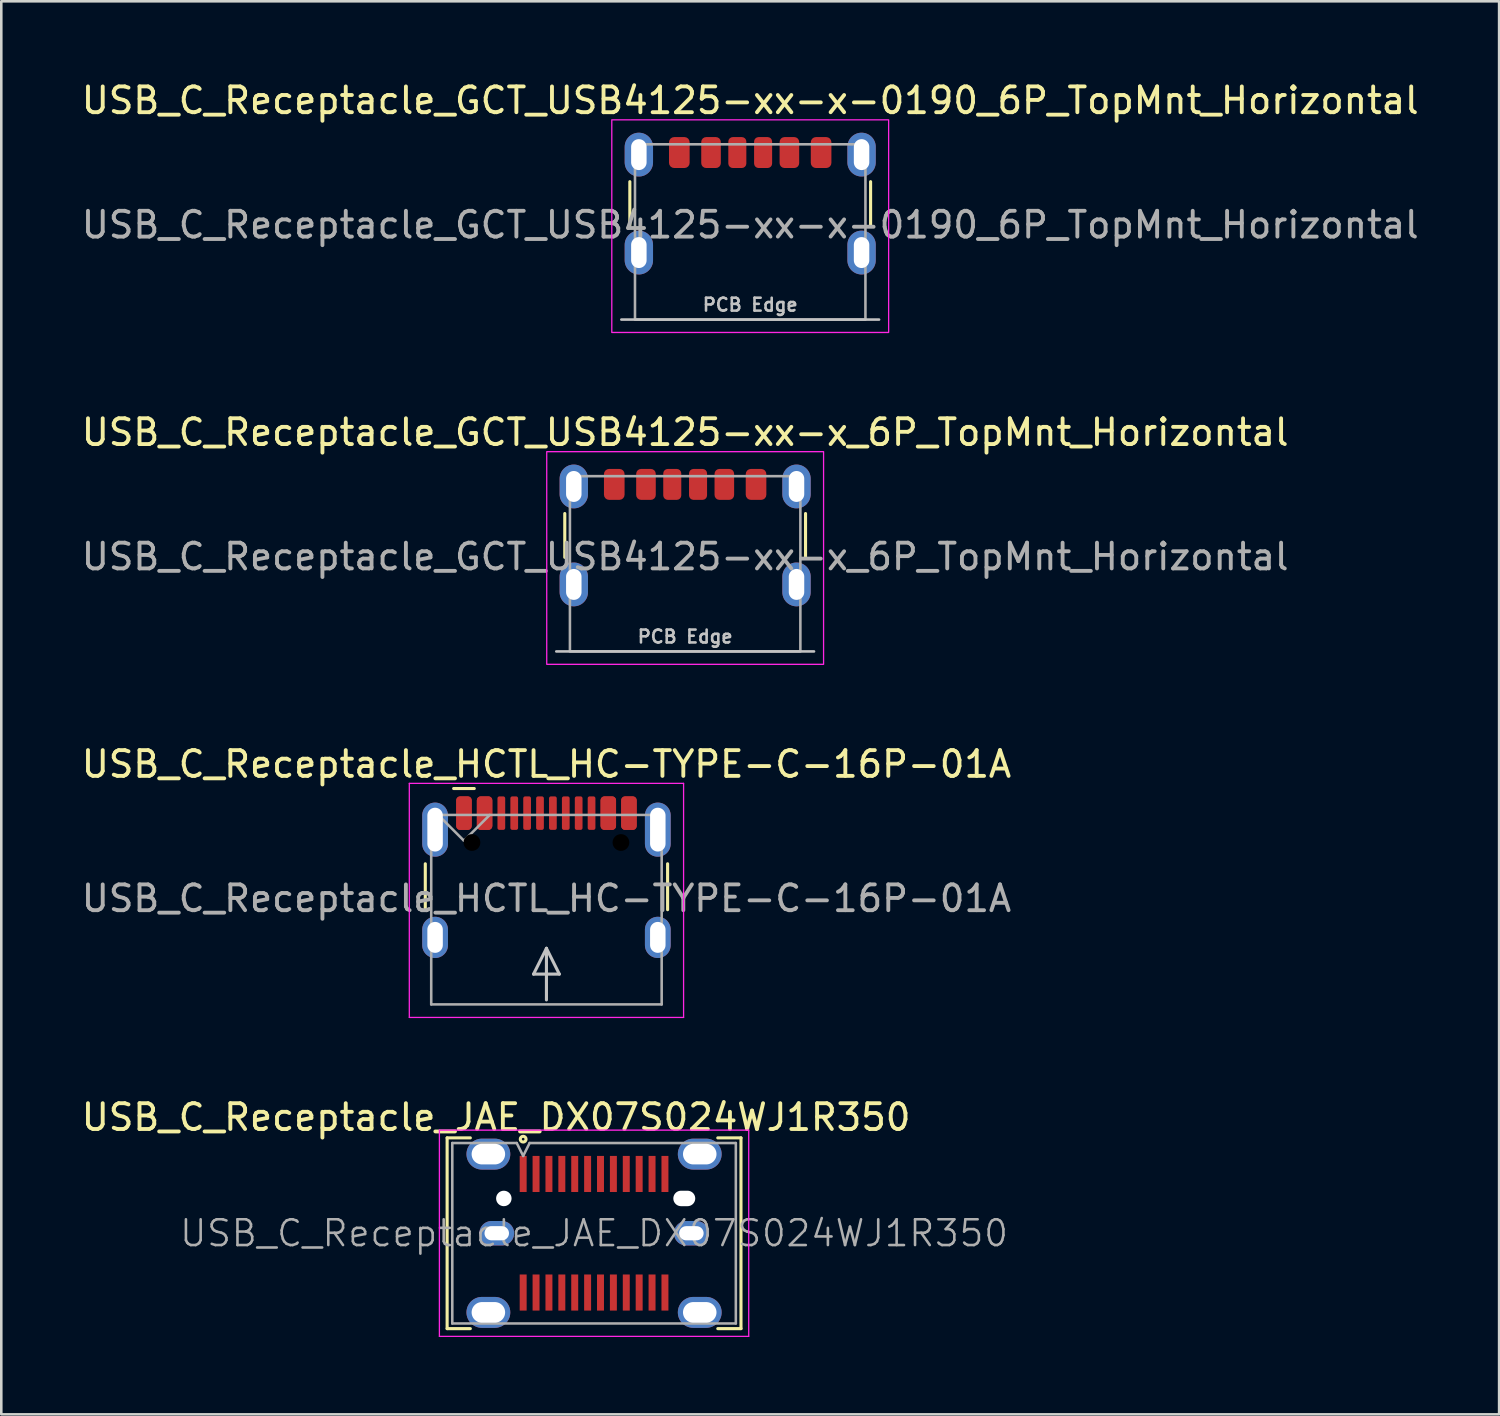
<source format=kicad_pcb>
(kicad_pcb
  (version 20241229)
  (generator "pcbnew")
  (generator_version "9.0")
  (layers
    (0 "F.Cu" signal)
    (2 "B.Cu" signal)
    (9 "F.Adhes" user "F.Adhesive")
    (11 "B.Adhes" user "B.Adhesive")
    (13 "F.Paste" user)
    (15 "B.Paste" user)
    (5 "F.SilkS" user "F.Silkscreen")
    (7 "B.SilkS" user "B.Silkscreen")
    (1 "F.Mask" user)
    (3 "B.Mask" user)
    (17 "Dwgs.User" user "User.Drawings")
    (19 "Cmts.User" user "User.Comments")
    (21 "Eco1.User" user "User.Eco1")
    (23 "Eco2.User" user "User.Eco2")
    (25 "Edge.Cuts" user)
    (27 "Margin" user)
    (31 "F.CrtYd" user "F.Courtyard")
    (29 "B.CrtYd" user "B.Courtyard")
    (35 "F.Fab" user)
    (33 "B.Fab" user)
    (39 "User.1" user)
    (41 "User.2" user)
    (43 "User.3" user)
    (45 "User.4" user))
  (footprint "USB_C_Receptacle_JAE_DX07S024WJ1R350"
    (layer "F.Cu")
    (at 19.996 44.793)
    (property "Reference" "USB_C_Receptacle_JAE_DX07S024WJ1R350" (at -3.8 -4.5 0) (layer "F.SilkS") (effects (font (size 1 1) (thickness 0.15))))
    (attr smd)
    (fp_line (start -5.7 -3.7) (end -5.7 3.7) (stroke (width 0.12) (type solid)) (layer "F.SilkS"))
    (fp_line (start -5.7 -3.7) (end -4.8 -3.7) (stroke (width 0.12) (type solid)) (layer "F.SilkS"))
    (fp_line (start -5.7 3.7) (end -4.8 3.7) (stroke (width 0.12) (type solid)) (layer "F.SilkS"))
    (fp_line (start 4.8 -3.7) (end 5.7 -3.7) (stroke (width 0.12) (type solid)) (layer "F.SilkS"))
    (fp_line (start 4.8 3.7) (end 5.7 3.7) (stroke (width 0.12) (type solid)) (layer "F.SilkS"))
    (fp_line (start 5.7 -3.7) (end 5.7 3.7) (stroke (width 0.12) (type solid)) (layer "F.SilkS"))
    (fp_circle (center -2.75 -3.65) (end -2.638 -3.65) (stroke (width 0.12) (type solid)) (fill no) (layer "F.SilkS"))
    (fp_line (start -6 -4) (end 6 -4) (stroke (width 0.05) (type solid)) (layer "F.CrtYd"))
    (fp_line (start -6 4) (end -6 -4) (stroke (width 0.05) (type solid)) (layer "F.CrtYd"))
    (fp_line (start 6 -4) (end 6 4) (stroke (width 0.05) (type solid)) (layer "F.CrtYd"))
    (fp_line (start 6 4) (end -6 4) (stroke (width 0.05) (type solid)) (layer "F.CrtYd"))
    (fp_line (start -5.5 -3.5) (end -3 -3.5) (stroke (width 0.1) (type solid)) (layer "F.Fab"))
    (fp_line (start -5.5 3.5) (end -5.5 -3.5) (stroke (width 0.1) (type solid)) (layer "F.Fab"))
    (fp_line (start -5.5 3.5) (end 5.5 3.5) (stroke (width 0.1) (type solid)) (layer "F.Fab"))
    (fp_line (start -3 -3.5) (end -2.75 -3) (stroke (width 0.1) (type solid)) (layer "F.Fab"))
    (fp_line (start -2.75 -3) (end -2.5 -3.5) (stroke (width 0.1) (type solid)) (layer "F.Fab"))
    (fp_line (start 5.5 -3.5) (end -2.5 -3.5) (stroke (width 0.1) (type solid)) (layer "F.Fab"))
    (fp_line (start 5.5 3.5) (end 5.5 -3.5) (stroke (width 0.1) (type solid)) (layer "F.Fab"))
    (fp_text user "${REFERENCE}" (at 0 0 0) (layer "F.Fab") (effects (font (size 1 1) (thickness 0.1))))
    (pad "" np_thru_hole circle (at -3.5 -1.35) (size 0.6 0.6) (drill 0.6) (layers "*.Cu" "*.Mask"))
    (pad "" np_thru_hole oval (at 3.5 -1.35) (size 0.85 0.6) (drill oval 0.85 0.6) (layers "*.Cu" "*.Mask"))
    (pad "A1" smd rect (at -2.75 -2.3) (size 0.27 1.4) (layers "F.Cu" "F.Mask" "F.Paste"))
    (pad "A2" smd rect (at -2.25 -2.3) (size 0.27 1.4) (layers "F.Cu" "F.Mask" "F.Paste"))
    (pad "A3" smd rect (at -1.75 -2.3) (size 0.27 1.4) (layers "F.Cu" "F.Mask" "F.Paste"))
    (pad "A4" smd rect (at -1.25 -2.3) (size 0.27 1.4) (layers "F.Cu" "F.Mask" "F.Paste"))
    (pad "A5" smd rect (at -0.75 -2.3) (size 0.27 1.4) (layers "F.Cu" "F.Mask" "F.Paste"))
    (pad "A6" smd rect (at -0.25 -2.3) (size 0.27 1.4) (layers "F.Cu" "F.Mask" "F.Paste"))
    (pad "A7" smd rect (at 0.25 -2.3) (size 0.27 1.4) (layers "F.Cu" "F.Mask" "F.Paste"))
    (pad "A8" smd rect (at 0.75 -2.3) (size 0.27 1.4) (layers "F.Cu" "F.Mask" "F.Paste"))
    (pad "A9" smd rect (at 1.25 -2.3) (size 0.27 1.4) (layers "F.Cu" "F.Mask" "F.Paste"))
    (pad "A10" smd rect (at 1.75 -2.3) (size 0.27 1.4) (layers "F.Cu" "F.Mask" "F.Paste"))
    (pad "A11" smd rect (at 2.25 -2.3) (size 0.27 1.4) (layers "F.Cu" "F.Mask" "F.Paste"))
    (pad "A12" smd rect (at 2.75 -2.3) (size 0.27 1.4) (layers "F.Cu" "F.Mask" "F.Paste"))
    (pad "B1" smd rect (at 2.75 2.3) (size 0.27 1.4) (layers "F.Cu" "F.Mask" "F.Paste"))
    (pad "B2" smd rect (at 2.25 2.3) (size 0.27 1.4) (layers "F.Cu" "F.Mask" "F.Paste"))
    (pad "B3" smd rect (at 1.75 2.3) (size 0.27 1.4) (layers "F.Cu" "F.Mask" "F.Paste"))
    (pad "B4" smd rect (at 1.25 2.3) (size 0.27 1.4) (layers "F.Cu" "F.Mask" "F.Paste"))
    (pad "B5" smd rect (at 0.75 2.3) (size 0.27 1.4) (layers "F.Cu" "F.Mask" "F.Paste"))
    (pad "B6" smd rect (at 0.25 2.3) (size 0.27 1.4) (layers "F.Cu" "F.Mask" "F.Paste"))
    (pad "B7" smd rect (at -0.25 2.3) (size 0.27 1.4) (layers "F.Cu" "F.Mask" "F.Paste"))
    (pad "B8" smd rect (at -0.75 2.3) (size 0.27 1.4) (layers "F.Cu" "F.Mask" "F.Paste"))
    (pad "B9" smd rect (at -1.25 2.3) (size 0.27 1.4) (layers "F.Cu" "F.Mask" "F.Paste"))
    (pad "B10" smd rect (at -1.75 2.3) (size 0.27 1.4) (layers "F.Cu" "F.Mask" "F.Paste"))
    (pad "B11" smd rect (at -2.25 2.3) (size 0.27 1.4) (layers "F.Cu" "F.Mask" "F.Paste"))
    (pad "B12" smd rect (at -2.75 2.3) (size 0.27 1.4) (layers "F.Cu" "F.Mask" "F.Paste"))
    (pad "S1" thru_hole oval (at -4.1 -3.07 90) (size 1.2 1.7) (drill oval 0.8 1.3) (property pad_prop_heatsink) (layers "*.Cu" "*.Mask"))
    (pad "S1" thru_hole oval (at -4.1 3.07 90) (size 1.2 1.7) (drill oval 0.8 1.3) (property pad_prop_heatsink) (layers "*.Cu" "*.Mask"))
    (pad "S1" thru_hole oval (at -3.775 0 90) (size 0.95 1.35) (drill oval 0.55 0.95) (property pad_prop_heatsink) (layers "*.Cu" "*.Mask"))
    (pad "S1" thru_hole oval (at 3.775 0 90) (size 0.95 1.35) (drill oval 0.55 0.95) (property pad_prop_heatsink) (layers "*.Cu" "*.Mask"))
    (pad "S1" thru_hole oval (at 4.1 -3.07 90) (size 1.2 1.7) (drill oval 0.8 1.3) (property pad_prop_heatsink) (layers "*.Cu" "*.Mask"))
    (pad "S1" thru_hole oval (at 4.1 3.07 90) (size 1.2 1.7) (drill oval 0.8 1.3) (property pad_prop_heatsink) (layers "*.Cu" "*.Mask")))
  (footprint "USB_C_Receptacle_GCT_USB4125-xx-x_6P_TopMnt_Horizontal"
    (layer "F.Cu")
    (at 23.53 18.822)
    (property "Reference" "USB_C_Receptacle_GCT_USB4125-xx-x_6P_TopMnt_Horizontal" (at 0 -5.1 0) (unlocked yes) (layer "F.SilkS") (effects (font (size 1 1) (thickness 0.15))))
    (attr smd)
    (fp_line (start -4.67 -0.25) (end -4.67 -1.95) (stroke (width 0.12) (type solid)) (layer "F.SilkS"))
    (fp_line (start 4.67 -0.25) (end 4.67 -1.95) (stroke (width 0.12) (type solid)) (layer "F.SilkS"))
    (fp_line (start 5 3.4) (end -5 3.4) (stroke (width 0.1) (type solid)) (layer "Dwgs.User"))
    (fp_rect (start -5.37 -4.35) (end 5.37 3.9) (stroke (width 0.05) (type solid)) (fill no) (layer "F.CrtYd"))
    (fp_rect (start -4.47 -3.4) (end 4.47 3.4) (stroke (width 0.1) (type solid)) (fill no) (layer "F.Fab"))
    (fp_text user "PCB Edge" (at 0 2.825 0) (unlocked yes) (layer "Dwgs.User") (effects (font (size 0.5 0.5) (thickness 0.1))))
    (fp_text user "${REFERENCE}" (at 0 -0.275 0) (unlocked yes) (layer "F.Fab") (effects (font (size 1 1) (thickness 0.15))))
    (pad "A5" smd roundrect (at -0.5 -3.08) (size 0.7 1.2) (layers "F.Cu" "F.Mask" "F.Paste") (roundrect_rratio 0.25))
    (pad "A9" smd roundrect (at 1.52 -3.08 180) (size 0.76 1.2) (layers "F.Cu" "F.Mask" "F.Paste") (roundrect_rratio 0.25))
    (pad "A12" smd roundrect (at 2.75 -3.08 180) (size 0.8 1.2) (layers "F.Cu" "F.Mask" "F.Paste") (roundrect_rratio 0.25))
    (pad "B5" smd roundrect (at 0.5 -3.08 180) (size 0.7 1.2) (layers "F.Cu" "F.Mask" "F.Paste") (roundrect_rratio 0.25))
    (pad "B9" smd roundrect (at -1.52 -3.08) (size 0.76 1.2) (layers "F.Cu" "F.Mask" "F.Paste") (roundrect_rratio 0.25))
    (pad "B12" smd roundrect (at -2.75 -3.08) (size 0.8 1.2) (layers "F.Cu" "F.Mask" "F.Paste") (roundrect_rratio 0.25))
    (pad "S1" thru_hole oval (at -4.32 -3) (size 1.1 1.7) (drill oval 0.6 1.2) (property pad_prop_heatsink) (layers "*.Cu" "*.Mask" "F.Paste"))
    (pad "S1" thru_hole oval (at -4.32 0.8) (size 1.1 1.7) (drill oval 0.6 1.2) (property pad_prop_heatsink) (layers "*.Cu" "*.Mask" "F.Paste"))
    (pad "S1" thru_hole oval (at 4.32 -3) (size 1.1 1.7) (drill oval 0.6 1.2) (property pad_prop_heatsink) (layers "*.Cu" "*.Mask" "F.Paste"))
    (pad "S1" thru_hole oval (at 4.32 0.8) (size 1.1 1.7) (drill oval 0.6 1.2) (property pad_prop_heatsink) (layers "*.Cu" "*.Mask" "F.Paste")))
  (footprint "USB_C_Receptacle_GCT_USB4125-xx-x-0190_6P_TopMnt_Horizontal"
    (layer "F.Cu")
    (at 26.054 5.948)
    (property "Reference" "USB_C_Receptacle_GCT_USB4125-xx-x-0190_6P_TopMnt_Horizontal" (at 0 -5.1 0) (unlocked yes) (layer "F.SilkS") (effects (font (size 1 1) (thickness 0.15))))
    (attr smd)
    (fp_line (start -4.67 -0.25) (end -4.67 -1.95) (stroke (width 0.12) (type solid)) (layer "F.SilkS"))
    (fp_line (start 4.67 -0.25) (end 4.67 -1.95) (stroke (width 0.12) (type solid)) (layer "F.SilkS"))
    (fp_line (start 5 3.4) (end -5 3.4) (stroke (width 0.1) (type solid)) (layer "Dwgs.User"))
    (fp_rect (start -5.37 -4.35) (end 5.37 3.9) (stroke (width 0.05) (type solid)) (fill no) (layer "F.CrtYd"))
    (fp_rect (start -4.47 -3.4) (end 4.47 3.4) (stroke (width 0.1) (type solid)) (fill no) (layer "F.Fab"))
    (fp_text user "PCB Edge" (at 0 2.825 0) (unlocked yes) (layer "Dwgs.User") (effects (font (size 0.5 0.5) (thickness 0.1))))
    (fp_text user "${REFERENCE}" (at 0 -0.275 0) (unlocked yes) (layer "F.Fab") (effects (font (size 1 1) (thickness 0.15))))
    (pad "A5" smd roundrect (at -0.5 -3.08) (size 0.7 1.2) (layers "F.Cu" "F.Mask" "F.Paste") (roundrect_rratio 0.25))
    (pad "A9" smd roundrect (at 1.52 -3.08 180) (size 0.76 1.2) (layers "F.Cu" "F.Mask" "F.Paste") (roundrect_rratio 0.25))
    (pad "A12" smd roundrect (at 2.75 -3.08 180) (size 0.8 1.2) (layers "F.Cu" "F.Mask" "F.Paste") (roundrect_rratio 0.25))
    (pad "B5" smd roundrect (at 0.5 -3.08 180) (size 0.7 1.2) (layers "F.Cu" "F.Mask" "F.Paste") (roundrect_rratio 0.25))
    (pad "B9" smd roundrect (at -1.52 -3.08) (size 0.76 1.2) (layers "F.Cu" "F.Mask" "F.Paste") (roundrect_rratio 0.25))
    (pad "B12" smd roundrect (at -2.75 -3.08) (size 0.8 1.2) (layers "F.Cu" "F.Mask" "F.Paste") (roundrect_rratio 0.25))
    (pad "S1" thru_hole oval (at -4.32 -3) (size 1.1 1.7) (drill oval 0.6 1.2) (property pad_prop_heatsink) (layers "*.Cu" "*.Mask" "F.Paste"))
    (pad "S1" thru_hole oval (at -4.32 0.8) (size 1.1 1.7) (drill oval 0.6 1.2) (property pad_prop_heatsink) (layers "*.Cu" "*.Mask" "F.Paste"))
    (pad "S1" thru_hole oval (at 4.32 -3) (size 1.1 1.7) (drill oval 0.6 1.2) (property pad_prop_heatsink) (layers "*.Cu" "*.Mask" "F.Paste"))
    (pad "S1" thru_hole oval (at 4.32 0.8) (size 1.1 1.7) (drill oval 0.6 1.2) (property pad_prop_heatsink) (layers "*.Cu" "*.Mask" "F.Paste")))
  (footprint "USB_C_Receptacle_HCTL_HC-TYPE-C-16P-01A"
    (layer "F.Cu")
    (at 18.149 32.24)
    (property "Reference" "USB_C_Receptacle_HCTL_HC-TYPE-C-16P-01A" (at 0 -5.645 0) (layer "F.SilkS") (effects (font (size 1 1) (thickness 0.15))))
    (attr smd)
    (fp_line (start -4.7 -1.78) (end -4.7 0) (stroke (width 0.12) (type solid)) (layer "F.SilkS"))
    (fp_line (start -2.8 -4.7) (end -3.6 -4.7) (stroke (width 0.12) (type default)) (layer "F.SilkS"))
    (fp_line (start 4.7 -1.78) (end 4.7 0) (stroke (width 0.12) (type solid)) (layer "F.SilkS"))
    (fp_line (start -0.5 2.5) (end 0 1.5) (stroke (width 0.12) (type default)) (layer "Dwgs.User"))
    (fp_line (start 0 1.5) (end 0.5 2.5) (stroke (width 0.12) (type default)) (layer "Dwgs.User"))
    (fp_line (start 0 3.5) (end 0 1.5) (stroke (width 0.12) (type default)) (layer "Dwgs.User"))
    (fp_line (start 0.5 2.5) (end -0.5 2.5) (stroke (width 0.12) (type default)) (layer "Dwgs.User"))
    (fp_line (start -5.32 -4.9) (end -5.32 4.18) (stroke (width 0.05) (type solid)) (layer "F.CrtYd"))
    (fp_line (start -5.32 -4.9) (end 5.32 -4.9) (stroke (width 0.05) (type solid)) (layer "F.CrtYd"))
    (fp_line (start -5.32 4.18) (end 5.32 4.18) (stroke (width 0.05) (type solid)) (layer "F.CrtYd"))
    (fp_line (start 5.32 -4.9) (end 5.32 4.18) (stroke (width 0.05) (type solid)) (layer "F.CrtYd"))
    (fp_line (start -4.47 -3.675) (end -4.47 3.675) (stroke (width 0.1) (type solid)) (layer "F.Fab"))
    (fp_line (start -4.47 -3.675) (end 4.47 -3.675) (stroke (width 0.1) (type solid)) (layer "F.Fab"))
    (fp_line (start -4.47 3.675) (end 4.47 3.675) (stroke (width 0.1) (type solid)) (layer "F.Fab"))
    (fp_line (start -3.2 -2.675) (end -4.2 -3.675) (stroke (width 0.1) (type default)) (layer "F.Fab"))
    (fp_line (start -3.2 -2.675) (end -2.2 -3.675) (stroke (width 0.1) (type default)) (layer "F.Fab"))
    (fp_line (start 4.47 -3.675) (end 4.47 3.675) (stroke (width 0.1) (type solid)) (layer "F.Fab"))
    (fp_text user "${REFERENCE}" (at 0 -0.435 0) (unlocked yes) (layer "F.Fab") (effects (font (size 1 1) (thickness 0.15))))
    (pad "" np_thru_hole circle (at -2.89 -2.605) (size 0.65 0.65) (drill 0.65) (layers "*.Mask"))
    (pad "" np_thru_hole circle (at 2.89 -2.605) (size 0.65 0.65) (drill 0.65) (layers "*.Mask"))
    (pad "A1" smd roundrect (at -3.2 -3.745) (size 0.6 1.3) (layers "F.Cu" "F.Mask" "F.Paste") (roundrect_rratio 0.25))
    (pad "A4" smd roundrect (at -2.4 -3.745) (size 0.6 1.3) (layers "F.Cu" "F.Mask" "F.Paste") (roundrect_rratio 0.25))
    (pad "A5" smd roundrect (at -1.25 -3.745) (size 0.3 1.3) (layers "F.Cu" "F.Mask" "F.Paste") (roundrect_rratio 0.25))
    (pad "A6" smd roundrect (at -0.25 -3.745) (size 0.3 1.3) (layers "F.Cu" "F.Mask" "F.Paste") (roundrect_rratio 0.25))
    (pad "A7" smd roundrect (at 0.25 -3.745) (size 0.3 1.3) (layers "F.Cu" "F.Mask" "F.Paste") (roundrect_rratio 0.25))
    (pad "A8" smd roundrect (at 1.25 -3.745) (size 0.3 1.3) (layers "F.Cu" "F.Mask" "F.Paste") (roundrect_rratio 0.25))
    (pad "A9" smd roundrect (at 2.4 -3.745) (size 0.6 1.3) (layers "F.Cu" "F.Mask" "F.Paste") (roundrect_rratio 0.25))
    (pad "A12" smd roundrect (at 3.2 -3.745) (size 0.6 1.3) (layers "F.Cu" "F.Mask" "F.Paste") (roundrect_rratio 0.25))
    (pad "B1" smd roundrect (at 3.2 -3.745) (size 0.6 1.3) (layers "F.Cu" "F.Mask" "F.Paste") (roundrect_rratio 0.25))
    (pad "B4" smd roundrect (at 2.4 -3.745) (size 0.6 1.3) (layers "F.Cu" "F.Mask" "F.Paste") (roundrect_rratio 0.25))
    (pad "B5" smd roundrect (at 1.75 -3.745) (size 0.3 1.3) (layers "F.Cu" "F.Mask" "F.Paste") (roundrect_rratio 0.25))
    (pad "B6" smd roundrect (at 0.75 -3.745) (size 0.3 1.3) (layers "F.Cu" "F.Mask" "F.Paste") (roundrect_rratio 0.25))
    (pad "B7" smd roundrect (at -0.75 -3.745) (size 0.3 1.3) (layers "F.Cu" "F.Mask" "F.Paste") (roundrect_rratio 0.25))
    (pad "B8" smd roundrect (at -1.75 -3.745) (size 0.3 1.3) (layers "F.Cu" "F.Mask" "F.Paste") (roundrect_rratio 0.25))
    (pad "B9" smd roundrect (at -2.4 -3.745) (size 0.6 1.3) (layers "F.Cu" "F.Mask" "F.Paste") (roundrect_rratio 0.25))
    (pad "B12" smd roundrect (at -3.2 -3.745) (size 0.6 1.3) (layers "F.Cu" "F.Mask" "F.Paste") (roundrect_rratio 0.25))
    (pad "S1" thru_hole oval (at -4.32 -3.105) (size 1 2.1) (drill oval 0.6 1.7) (property pad_prop_heatsink) (layers "*.Cu" "*.Mask"))
    (pad "S1" thru_hole oval (at -4.32 1.075) (size 1 1.6) (drill oval 0.6 1.2) (property pad_prop_heatsink) (layers "*.Cu" "*.Mask"))
    (pad "S1" thru_hole oval (at 4.32 -3.105) (size 1 2.1) (drill oval 0.6 1.7) (property pad_prop_heatsink) (layers "*.Cu" "*.Mask"))
    (pad "S1" thru_hole oval (at 4.32 1.075) (size 1 1.6) (drill oval 0.6 1.2) (property pad_prop_heatsink) (layers "*.Cu" "*.Mask")))
  (gr_rect
    (start -3 -3)
    (end 55.107 51.818)
    (stroke (width 0.1) (type default))
    (fill no)
    (layer "Edge.Cuts")))
</source>
